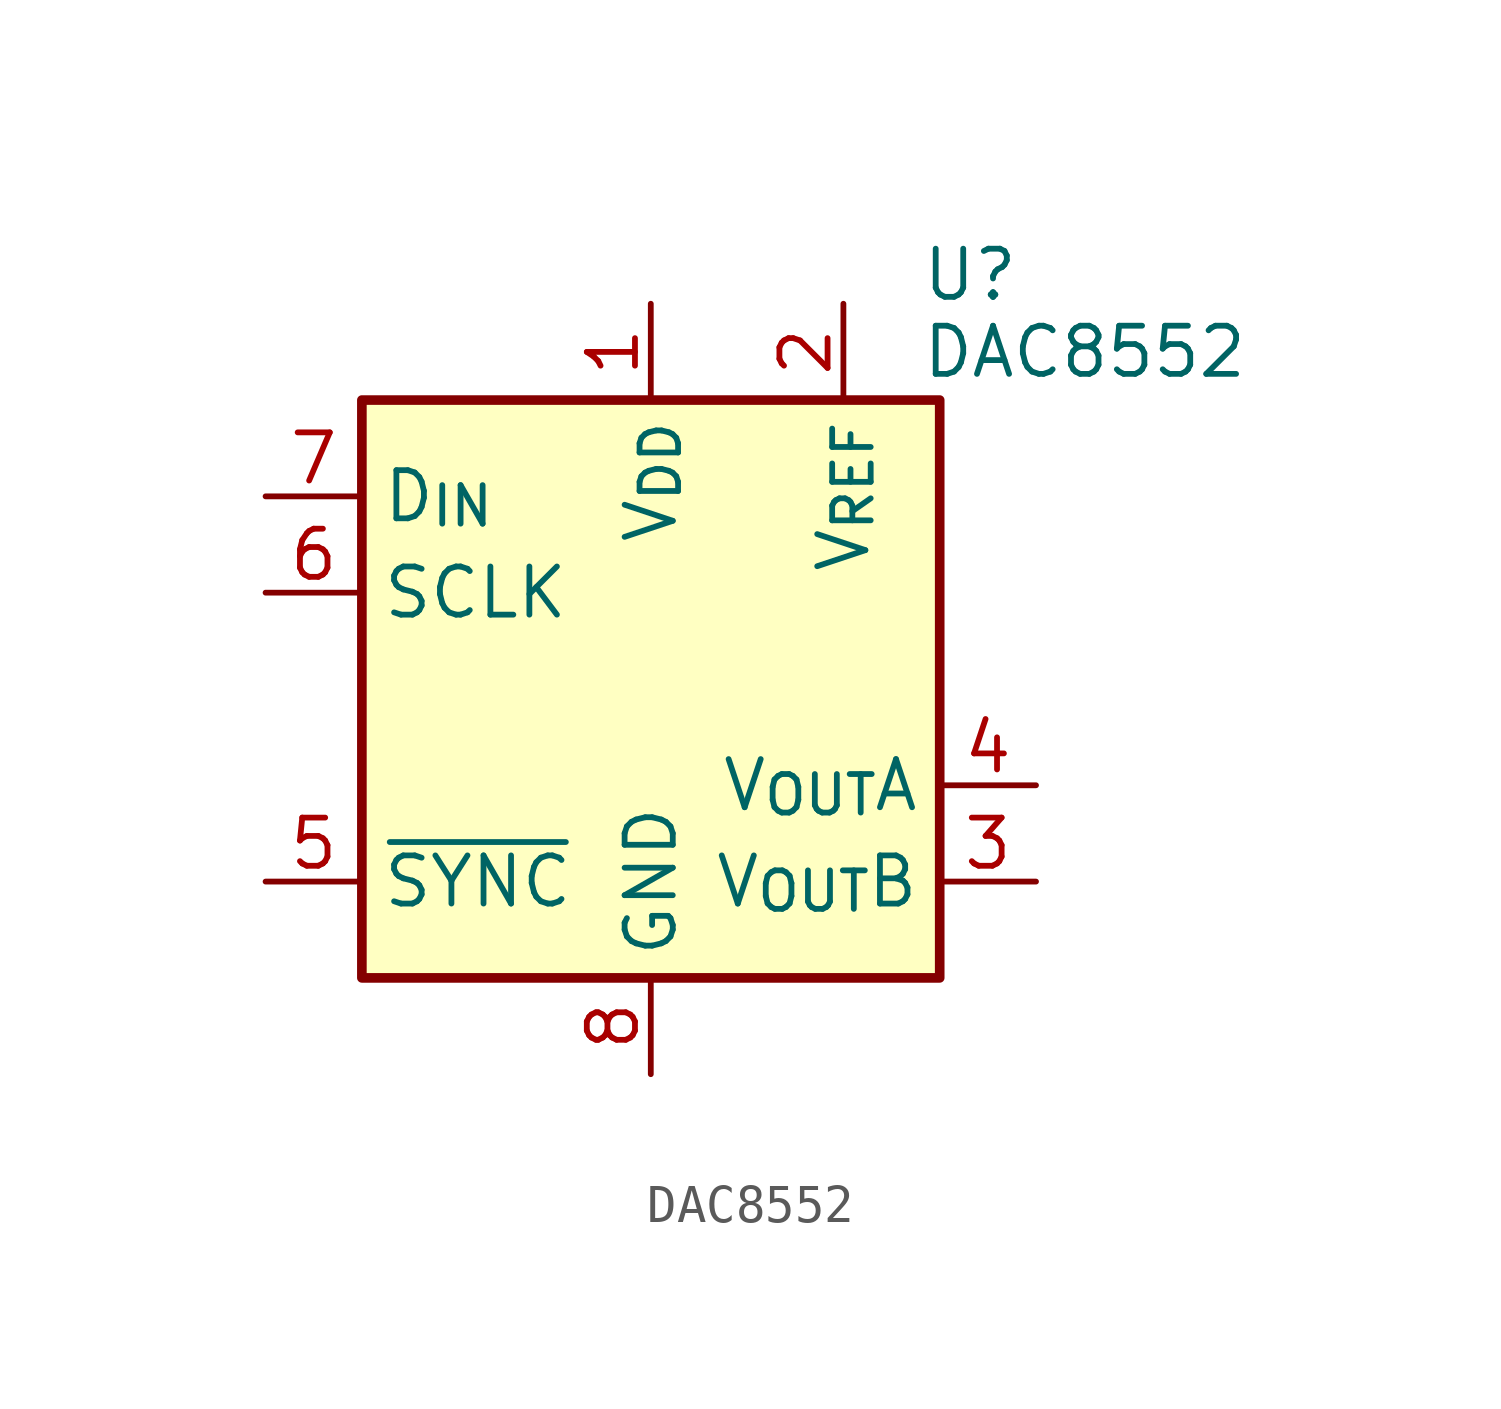
<source format=kicad_sym>
(kicad_symbol_lib
  (version 20231120)
  (generator "kicad_symbol_editor")
  (generator_version "8.0")
  (symbol "DAC8552"
    (property "Reference" "U"
      (at 7.112 10.922 0)
      (effects (font (size 1.27 1.27)) (justify left)))
    (property "Value" "DAC8552"
      (at 7.112 8.89 0)
      (effects (font (size 1.27 1.27)) (justify left)))
    (symbol "DAC8552_0_1"
      (rectangle (start -7.62 7.62) (end 7.62 -7.62) (stroke (width 0.254) (type default)) (fill (type background))))
    (symbol "DAC8552_1_1"
      (pin power_in line (at 0 10.16 270) (length 2.54) (name "V_{DD}" (effects (font (size 1.27 1.27)))) (number "1" (effects (font (size 1.27 1.27)))))
      (pin power_in line (at 5.08 10.16 270) (length 2.54) (name "V_{REF}" (effects (font (size 1.27 1.27)))) (number "2" (effects (font (size 1.27 1.27)))))
      (pin output line (at 10.16 -5.08 180) (length 2.54) (name "V_{OUT}B" (effects (font (size 1.27 1.27)))) (number "3" (effects (font (size 1.27 1.27)))))
      (pin output line (at 10.16 -2.54 180) (length 2.54) (name "V_{OUT}A" (effects (font (size 1.27 1.27)))) (number "4" (effects (font (size 1.27 1.27)))))
      (pin input line (at -10.16 -5.08 0) (length 2.54) (name "~{SYNC}" (effects (font (size 1.27 1.27)))) (number "5" (effects (font (size 1.27 1.27)))))
      (pin input line (at -10.16 2.54 0) (length 2.54) (name "SCLK" (effects (font (size 1.27 1.27)))) (number "6" (effects (font (size 1.27 1.27)))))
      (pin input line (at -10.16 5.08 0) (length 2.54) (name "D_{IN}" (effects (font (size 1.27 1.27)))) (number "7" (effects (font (size 1.27 1.27)))))
      (pin power_in line (at 0 -10.16 90) (length 2.54) (name "GND" (effects (font (size 1.27 1.27)))) (number "8" (effects (font (size 1.27 1.27))))))))
</source>
